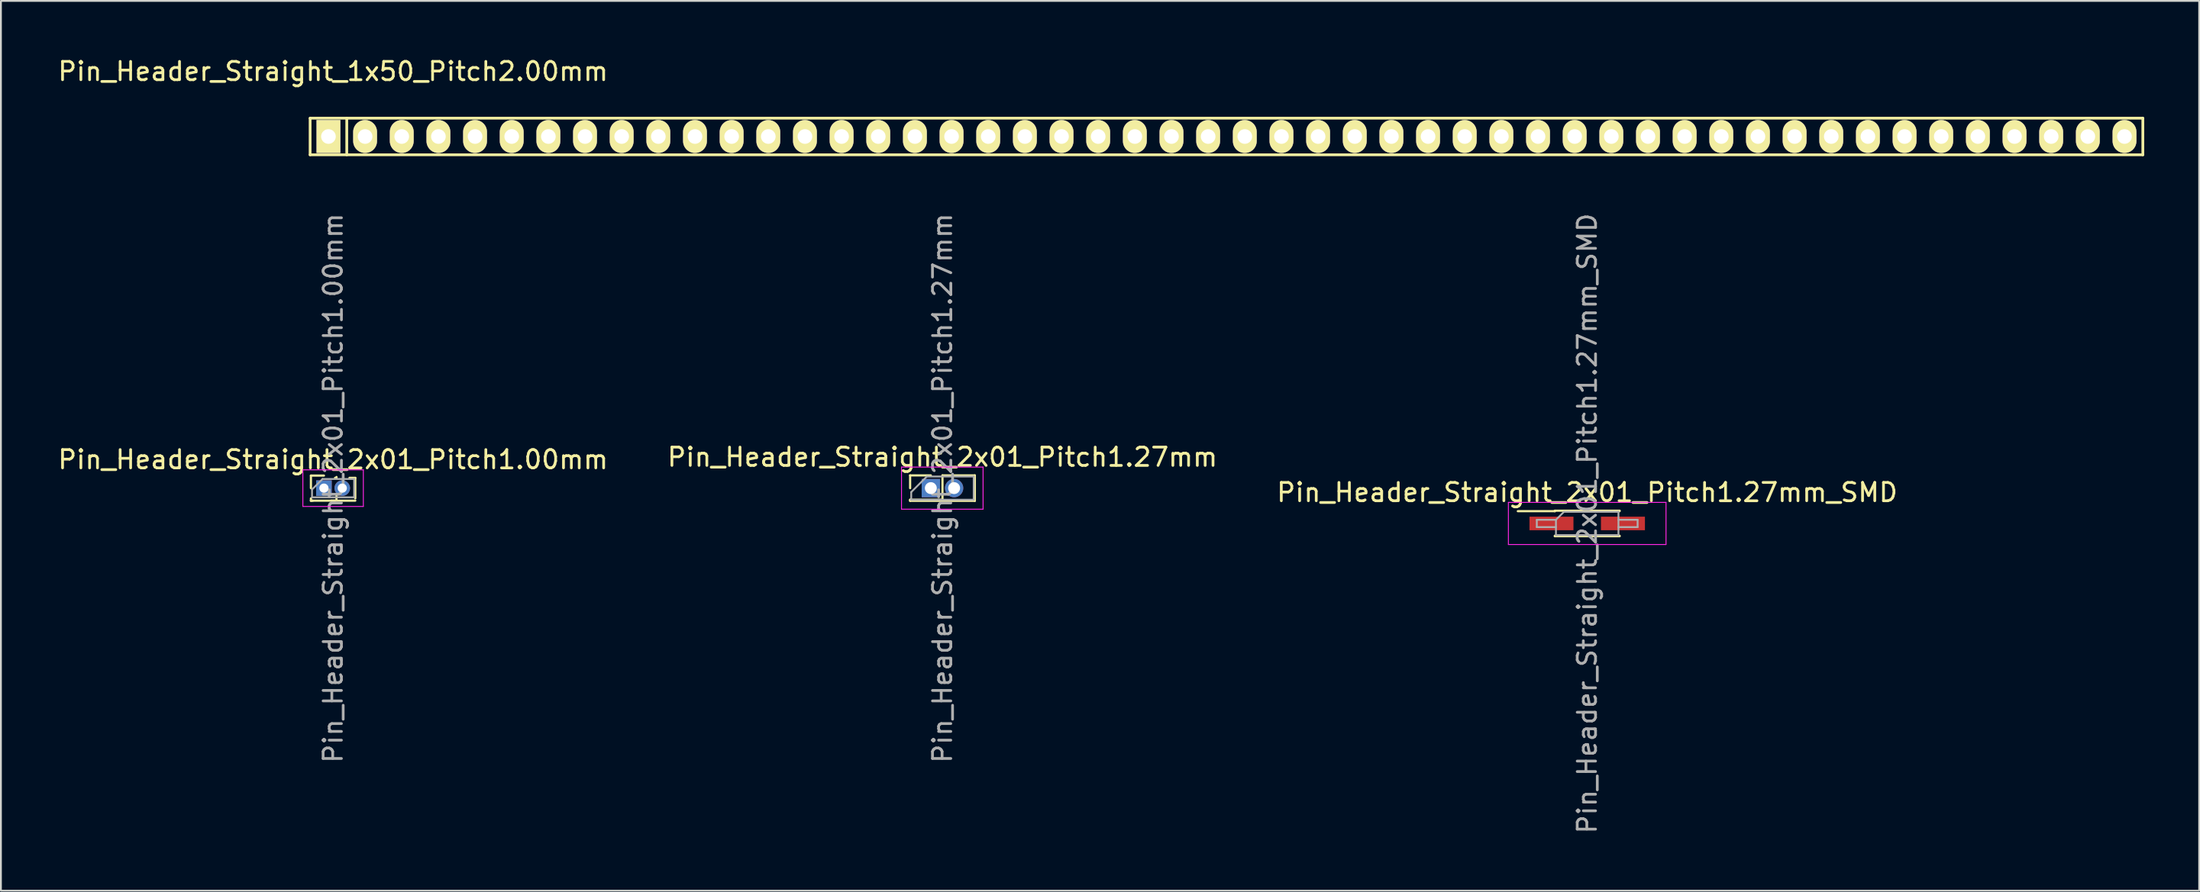
<source format=kicad_pcb>
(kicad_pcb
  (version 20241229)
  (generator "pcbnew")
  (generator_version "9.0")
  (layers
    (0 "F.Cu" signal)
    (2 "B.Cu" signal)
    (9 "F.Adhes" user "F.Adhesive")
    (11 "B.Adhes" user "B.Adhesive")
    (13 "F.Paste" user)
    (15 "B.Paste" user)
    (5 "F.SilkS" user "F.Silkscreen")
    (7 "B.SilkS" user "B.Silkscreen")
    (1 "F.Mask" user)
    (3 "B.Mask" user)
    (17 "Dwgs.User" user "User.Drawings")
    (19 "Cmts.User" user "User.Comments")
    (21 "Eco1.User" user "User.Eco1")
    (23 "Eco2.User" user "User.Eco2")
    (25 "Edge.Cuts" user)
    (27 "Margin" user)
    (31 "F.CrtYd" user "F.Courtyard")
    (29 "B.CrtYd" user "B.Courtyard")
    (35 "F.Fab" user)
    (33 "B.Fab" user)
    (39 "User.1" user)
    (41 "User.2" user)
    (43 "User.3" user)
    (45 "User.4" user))
  (footprint "Pin_Header_Straight_2x01_Pitch1.00mm"
    (layer "F.Cu")
    (at 14.625 23.604)
    (property "Reference" "Pin_Header_Straight_2x01_Pitch1.00mm" (at 0.5 -1.56 0) (layer "F.SilkS") (effects (font (size 1 1) (thickness 0.15))))
    (attr through_hole)
    (fp_line (start -0.71 -0.685) (end 0 -0.685) (stroke (width 0.12) (type solid)) (layer "F.SilkS"))
    (fp_line (start -0.71 0) (end -0.71 -0.685) (stroke (width 0.12) (type solid)) (layer "F.SilkS"))
    (fp_line (start -0.71 0.685) (end -0.71 0.56) (stroke (width 0.12) (type solid)) (layer "F.SilkS"))
    (fp_line (start -0.71 0.685) (end -0.608 0.685) (stroke (width 0.12) (type solid)) (layer "F.SilkS"))
    (fp_line (start -0.71 0.685) (end 1.71 0.685) (stroke (width 0.12) (type solid)) (layer "F.SilkS"))
    (fp_line (start 0.608 0.685) (end 0.392 0.685) (stroke (width 0.12) (type solid)) (layer "F.SilkS"))
    (fp_line (start 0.685 -0.608) (end 0.685 -0.56) (stroke (width 0.12) (type solid)) (layer "F.SilkS"))
    (fp_line (start 0.685 -0.56) (end 0.606 -0.56) (stroke (width 0.12) (type solid)) (layer "F.SilkS"))
    (fp_line (start 0.685 0.392) (end 0.685 0.608) (stroke (width 0.12) (type solid)) (layer "F.SilkS"))
    (fp_line (start 1.394 -0.56) (end 1.71 -0.56) (stroke (width 0.12) (type solid)) (layer "F.SilkS"))
    (fp_line (start 1.71 -0.56) (end 1.71 0.56) (stroke (width 0.12) (type solid)) (layer "F.SilkS"))
    (fp_line (start -1.15 -1) (end -1.15 1) (stroke (width 0.05) (type solid)) (layer "F.CrtYd"))
    (fp_line (start -1.15 1) (end 2.15 1) (stroke (width 0.05) (type solid)) (layer "F.CrtYd"))
    (fp_line (start 2.15 -1) (end -1.15 -1) (stroke (width 0.05) (type solid)) (layer "F.CrtYd"))
    (fp_line (start 2.15 1) (end 2.15 -1) (stroke (width 0.05) (type solid)) (layer "F.CrtYd"))
    (fp_line (start -0.65 0.075) (end -0.075 -0.5) (stroke (width 0.1) (type solid)) (layer "F.Fab"))
    (fp_line (start -0.65 0.5) (end -0.65 0.075) (stroke (width 0.1) (type solid)) (layer "F.Fab"))
    (fp_line (start -0.075 -0.5) (end 1.65 -0.5) (stroke (width 0.1) (type solid)) (layer "F.Fab"))
    (fp_line (start 1.65 -0.5) (end 1.65 0.5) (stroke (width 0.1) (type solid)) (layer "F.Fab"))
    (fp_line (start 1.65 0.5) (end -0.65 0.5) (stroke (width 0.1) (type solid)) (layer "F.Fab"))
    (fp_text user "${REFERENCE}" (at 0.5 0 90) (layer "F.Fab") (effects (font (size 1 1) (thickness 0.15))))
    (pad "1" thru_hole rect (at 0 0) (size 0.85 0.85) (drill 0.5) (layers "*.Cu" "*.Mask"))
    (pad "2" thru_hole oval (at 1 0) (size 0.85 0.85) (drill 0.5) (layers "*.Cu" "*.Mask")))
  (footprint "Pin_Header_Straight_2x01_Pitch1.27mm"
    (layer "F.Cu")
    (at 47.74 23.604)
    (property "Reference" "Pin_Header_Straight_2x01_Pitch1.27mm" (at 0.635 -1.695 0) (layer "F.SilkS") (effects (font (size 1 1) (thickness 0.15))))
    (attr through_hole)
    (fp_line (start -1.13 -0.695) (end 0 -0.695) (stroke (width 0.12) (type solid)) (layer "F.SilkS"))
    (fp_line (start -1.13 0) (end -1.13 -0.695) (stroke (width 0.12) (type solid)) (layer "F.SilkS"))
    (fp_line (start -1.13 0.635) (end -1.13 0.695) (stroke (width 0.12) (type solid)) (layer "F.SilkS"))
    (fp_line (start -1.13 0.695) (end 2.4 0.695) (stroke (width 0.12) (type solid)) (layer "F.SilkS"))
    (fp_line (start 0.635 -0.695) (end 0.635 0.635) (stroke (width 0.12) (type solid)) (layer "F.SilkS"))
    (fp_line (start 0.635 0.635) (end -1.13 0.635) (stroke (width 0.12) (type solid)) (layer "F.SilkS"))
    (fp_line (start 2.4 -0.695) (end 0.635 -0.695) (stroke (width 0.12) (type solid)) (layer "F.SilkS"))
    (fp_line (start 2.4 0.695) (end 2.4 -0.695) (stroke (width 0.12) (type solid)) (layer "F.SilkS"))
    (fp_line (start -1.6 -1.15) (end -1.6 1.15) (stroke (width 0.05) (type solid)) (layer "F.CrtYd"))
    (fp_line (start -1.6 1.15) (end 2.85 1.15) (stroke (width 0.05) (type solid)) (layer "F.CrtYd"))
    (fp_line (start 2.85 -1.15) (end -1.6 -1.15) (stroke (width 0.05) (type solid)) (layer "F.CrtYd"))
    (fp_line (start 2.85 1.15) (end 2.85 -1.15) (stroke (width 0.05) (type solid)) (layer "F.CrtYd"))
    (fp_line (start -1.07 0.217) (end -0.217 -0.635) (stroke (width 0.1) (type solid)) (layer "F.Fab"))
    (fp_line (start -1.07 0.635) (end -1.07 0.217) (stroke (width 0.1) (type solid)) (layer "F.Fab"))
    (fp_line (start -0.217 -0.635) (end 2.34 -0.635) (stroke (width 0.1) (type solid)) (layer "F.Fab"))
    (fp_line (start 2.34 -0.635) (end 2.34 0.635) (stroke (width 0.1) (type solid)) (layer "F.Fab"))
    (fp_line (start 2.34 0.635) (end -1.07 0.635) (stroke (width 0.1) (type solid)) (layer "F.Fab"))
    (fp_text user "${REFERENCE}" (at 0.635 0 90) (layer "F.Fab") (effects (font (size 1 1) (thickness 0.15))))
    (pad "1" thru_hole rect (at 0 0) (size 1 1) (drill 0.65) (layers "*.Cu" "*.Mask"))
    (pad "2" thru_hole oval (at 1.27 0) (size 1 1) (drill 0.65) (layers "*.Cu" "*.Mask")))
  (footprint "Pin_Header_Straight_1x50_Pitch2.00mm"
    (layer "F.Cu")
    (at 14.871 4.404)
    (property "Reference" "Pin_Header_Straight_1x50_Pitch2.00mm" (at 0.254 -3.556 0) (layer "F.SilkS") (effects (font (size 1 1) (thickness 0.15))))
    (attr through_hole)
    (fp_line (start -1 -1) (end 99 -1) (stroke (width 0.15) (type solid)) (layer "F.SilkS"))
    (fp_line (start -1 1) (end -1 -1) (stroke (width 0.15) (type solid)) (layer "F.SilkS"))
    (fp_line (start 1 -1) (end 1 1) (stroke (width 0.15) (type solid)) (layer "F.SilkS"))
    (fp_line (start 99 -1) (end 99 1) (stroke (width 0.15) (type solid)) (layer "F.SilkS"))
    (fp_line (start 99 1) (end -1 1) (stroke (width 0.15) (type solid)) (layer "F.SilkS"))
    (pad "1" thru_hole rect (at 0 0) (size 1.3 1.8) (drill 0.8) (layers "*.Cu" "*.Mask" "F.SilkS"))
    (pad "2" thru_hole oval (at 2 0) (size 1.3 1.8) (drill 0.8) (layers "*.Cu" "*.Mask" "F.SilkS"))
    (pad "3" thru_hole oval (at 4 0) (size 1.3 1.8) (drill 0.8) (layers "*.Cu" "*.Mask" "F.SilkS"))
    (pad "4" thru_hole oval (at 6 0) (size 1.3 1.8) (drill 0.8) (layers "*.Cu" "*.Mask" "F.SilkS"))
    (pad "5" thru_hole oval (at 8 0) (size 1.3 1.8) (drill 0.8) (layers "*.Cu" "*.Mask" "F.SilkS"))
    (pad "6" thru_hole oval (at 10 0) (size 1.3 1.8) (drill 0.8) (layers "*.Cu" "*.Mask" "F.SilkS"))
    (pad "7" thru_hole oval (at 12 0) (size 1.3 1.8) (drill 0.8) (layers "*.Cu" "*.Mask" "F.SilkS"))
    (pad "8" thru_hole oval (at 14 0) (size 1.3 1.8) (drill 0.8) (layers "*.Cu" "*.Mask" "F.SilkS"))
    (pad "9" thru_hole oval (at 16 0) (size 1.3 1.8) (drill 0.8) (layers "*.Cu" "*.Mask" "F.SilkS"))
    (pad "10" thru_hole oval (at 18 0) (size 1.3 1.8) (drill 0.8) (layers "*.Cu" "*.Mask" "F.SilkS"))
    (pad "11" thru_hole oval (at 20 0) (size 1.3 1.8) (drill 0.8) (layers "*.Cu" "*.Mask" "F.SilkS"))
    (pad "12" thru_hole oval (at 22 0) (size 1.3 1.8) (drill 0.8) (layers "*.Cu" "*.Mask" "F.SilkS"))
    (pad "13" thru_hole oval (at 24 0) (size 1.3 1.8) (drill 0.8) (layers "*.Cu" "*.Mask" "F.SilkS"))
    (pad "14" thru_hole oval (at 26 0) (size 1.3 1.8) (drill 0.8) (layers "*.Cu" "*.Mask" "F.SilkS"))
    (pad "15" thru_hole oval (at 28 0) (size 1.3 1.8) (drill 0.8) (layers "*.Cu" "*.Mask" "F.SilkS"))
    (pad "16" thru_hole oval (at 30 0) (size 1.3 1.8) (drill 0.8) (layers "*.Cu" "*.Mask" "F.SilkS"))
    (pad "17" thru_hole oval (at 32 0) (size 1.3 1.8) (drill 0.8) (layers "*.Cu" "*.Mask" "F.SilkS"))
    (pad "18" thru_hole oval (at 34 0) (size 1.3 1.8) (drill 0.8) (layers "*.Cu" "*.Mask" "F.SilkS"))
    (pad "19" thru_hole oval (at 36 0) (size 1.3 1.8) (drill 0.8) (layers "*.Cu" "*.Mask" "F.SilkS"))
    (pad "20" thru_hole oval (at 38 0) (size 1.3 1.8) (drill 0.8) (layers "*.Cu" "*.Mask" "F.SilkS"))
    (pad "21" thru_hole oval (at 40 0) (size 1.3 1.8) (drill 0.8) (layers "*.Cu" "*.Mask" "F.SilkS"))
    (pad "22" thru_hole oval (at 42 0) (size 1.3 1.8) (drill 0.8) (layers "*.Cu" "*.Mask" "F.SilkS"))
    (pad "23" thru_hole oval (at 44 0) (size 1.3 1.8) (drill 0.8) (layers "*.Cu" "*.Mask" "F.SilkS"))
    (pad "24" thru_hole oval (at 46 0) (size 1.3 1.8) (drill 0.8) (layers "*.Cu" "*.Mask" "F.SilkS"))
    (pad "25" thru_hole oval (at 48 0) (size 1.3 1.8) (drill 0.8) (layers "*.Cu" "*.Mask" "F.SilkS"))
    (pad "26" thru_hole oval (at 50 0) (size 1.3 1.8) (drill 0.8) (layers "*.Cu" "*.Mask" "F.SilkS"))
    (pad "27" thru_hole oval (at 52 0) (size 1.3 1.8) (drill 0.8) (layers "*.Cu" "*.Mask" "F.SilkS"))
    (pad "28" thru_hole oval (at 54 0) (size 1.3 1.8) (drill 0.8) (layers "*.Cu" "*.Mask" "F.SilkS"))
    (pad "29" thru_hole oval (at 56 0) (size 1.3 1.8) (drill 0.8) (layers "*.Cu" "*.Mask" "F.SilkS"))
    (pad "30" thru_hole oval (at 58 0) (size 1.3 1.8) (drill 0.8) (layers "*.Cu" "*.Mask" "F.SilkS"))
    (pad "31" thru_hole oval (at 60 0) (size 1.3 1.8) (drill 0.8) (layers "*.Cu" "*.Mask" "F.SilkS"))
    (pad "32" thru_hole oval (at 62 0) (size 1.3 1.8) (drill 0.8) (layers "*.Cu" "*.Mask" "F.SilkS"))
    (pad "33" thru_hole oval (at 64 0) (size 1.3 1.8) (drill 0.8) (layers "*.Cu" "*.Mask" "F.SilkS"))
    (pad "34" thru_hole oval (at 66 0) (size 1.3 1.8) (drill 0.8) (layers "*.Cu" "*.Mask" "F.SilkS"))
    (pad "35" thru_hole oval (at 68 0) (size 1.3 1.8) (drill 0.8) (layers "*.Cu" "*.Mask" "F.SilkS"))
    (pad "36" thru_hole oval (at 70 0) (size 1.3 1.8) (drill 0.8) (layers "*.Cu" "*.Mask" "F.SilkS"))
    (pad "37" thru_hole oval (at 72 0) (size 1.3 1.8) (drill 0.8) (layers "*.Cu" "*.Mask" "F.SilkS"))
    (pad "38" thru_hole oval (at 74 0) (size 1.3 1.8) (drill 0.8) (layers "*.Cu" "*.Mask" "F.SilkS"))
    (pad "39" thru_hole oval (at 76 0) (size 1.3 1.8) (drill 0.8) (layers "*.Cu" "*.Mask" "F.SilkS"))
    (pad "40" thru_hole oval (at 78 0) (size 1.3 1.8) (drill 0.8) (layers "*.Cu" "*.Mask" "F.SilkS"))
    (pad "41" thru_hole oval (at 80 0) (size 1.3 1.8) (drill 0.8) (layers "*.Cu" "*.Mask" "F.SilkS"))
    (pad "42" thru_hole oval (at 82 0) (size 1.3 1.8) (drill 0.8) (layers "*.Cu" "*.Mask" "F.SilkS"))
    (pad "43" thru_hole oval (at 84 0) (size 1.3 1.8) (drill 0.8) (layers "*.Cu" "*.Mask" "F.SilkS"))
    (pad "44" thru_hole oval (at 86 0) (size 1.3 1.8) (drill 0.8) (layers "*.Cu" "*.Mask" "F.SilkS"))
    (pad "45" thru_hole oval (at 88 0) (size 1.3 1.8) (drill 0.8) (layers "*.Cu" "*.Mask" "F.SilkS"))
    (pad "46" thru_hole oval (at 90 0) (size 1.3 1.8) (drill 0.8) (layers "*.Cu" "*.Mask" "F.SilkS"))
    (pad "47" thru_hole oval (at 92 0) (size 1.3 1.8) (drill 0.8) (layers "*.Cu" "*.Mask" "F.SilkS"))
    (pad "48" thru_hole oval (at 94 0) (size 1.3 1.8) (drill 0.8) (layers "*.Cu" "*.Mask" "F.SilkS"))
    (pad "49" thru_hole oval (at 96 0) (size 1.3 1.8) (drill 0.8) (layers "*.Cu" "*.Mask" "F.SilkS"))
    (pad "50" thru_hole oval (at 98 0) (size 1.3 1.8) (drill 0.8) (layers "*.Cu" "*.Mask" "F.SilkS")))
  (footprint "Pin_Header_Straight_2x01_Pitch1.27mm_SMD"
    (layer "F.Cu")
    (at 83.554 25.533)
    (property "Reference" "Pin_Header_Straight_2x01_Pitch1.27mm_SMD" (at 0 -1.695 0) (layer "F.SilkS") (effects (font (size 1 1) (thickness 0.15))))
    (attr smd)
    (fp_line (start -3.785 -0.67) (end -1.765 -0.67) (stroke (width 0.12) (type solid)) (layer "F.SilkS"))
    (fp_line (start -1.765 -0.695) (end 1.765 -0.695) (stroke (width 0.12) (type solid)) (layer "F.SilkS"))
    (fp_line (start -1.765 -0.67) (end -1.765 -0.695) (stroke (width 0.12) (type solid)) (layer "F.SilkS"))
    (fp_line (start -1.765 0.67) (end -1.765 0.695) (stroke (width 0.12) (type solid)) (layer "F.SilkS"))
    (fp_line (start -1.765 0.695) (end 1.765 0.695) (stroke (width 0.12) (type solid)) (layer "F.SilkS"))
    (fp_line (start 1.765 -0.695) (end 1.765 -0.67) (stroke (width 0.12) (type solid)) (layer "F.SilkS"))
    (fp_line (start 1.765 0.695) (end 1.765 0.67) (stroke (width 0.12) (type solid)) (layer "F.SilkS"))
    (fp_line (start -4.3 -1.15) (end -4.3 1.15) (stroke (width 0.05) (type solid)) (layer "F.CrtYd"))
    (fp_line (start -4.3 1.15) (end 4.3 1.15) (stroke (width 0.05) (type solid)) (layer "F.CrtYd"))
    (fp_line (start 4.3 -1.15) (end -4.3 -1.15) (stroke (width 0.05) (type solid)) (layer "F.CrtYd"))
    (fp_line (start 4.3 1.15) (end 4.3 -1.15) (stroke (width 0.05) (type solid)) (layer "F.CrtYd"))
    (fp_line (start -2.75 -0.2) (end -2.75 0.2) (stroke (width 0.1) (type solid)) (layer "F.Fab"))
    (fp_line (start -2.75 0.2) (end -1.705 0.2) (stroke (width 0.1) (type solid)) (layer "F.Fab"))
    (fp_line (start -1.705 -0.2) (end -2.75 -0.2) (stroke (width 0.1) (type solid)) (layer "F.Fab"))
    (fp_line (start -1.705 -0.2) (end -1.27 -0.635) (stroke (width 0.1) (type solid)) (layer "F.Fab"))
    (fp_line (start -1.705 0.635) (end -1.705 -0.2) (stroke (width 0.1) (type solid)) (layer "F.Fab"))
    (fp_line (start -1.27 -0.635) (end 1.705 -0.635) (stroke (width 0.1) (type solid)) (layer "F.Fab"))
    (fp_line (start 1.705 -0.635) (end 1.705 0.635) (stroke (width 0.1) (type solid)) (layer "F.Fab"))
    (fp_line (start 1.705 -0.2) (end 2.75 -0.2) (stroke (width 0.1) (type solid)) (layer "F.Fab"))
    (fp_line (start 1.705 0.635) (end -1.705 0.635) (stroke (width 0.1) (type solid)) (layer "F.Fab"))
    (fp_line (start 2.75 -0.2) (end 2.75 0.2) (stroke (width 0.1) (type solid)) (layer "F.Fab"))
    (fp_line (start 2.75 0.2) (end 1.705 0.2) (stroke (width 0.1) (type solid)) (layer "F.Fab"))
    (fp_text user "${REFERENCE}" (at 0 0 90) (layer "F.Fab") (effects (font (size 1 1) (thickness 0.15))))
    (pad "1" smd rect (at -1.95 0) (size 2.4 0.74) (layers "F.Cu" "F.Mask" "F.Paste"))
    (pad "2" smd rect (at 1.95 0) (size 2.4 0.74) (layers "F.Cu" "F.Mask" "F.Paste")))
  (gr_rect
    (start -3 -3)
    (end 116.946 45.586)
    (stroke (width 0.1) (type default))
    (fill no)
    (layer "Edge.Cuts")))
</source>
